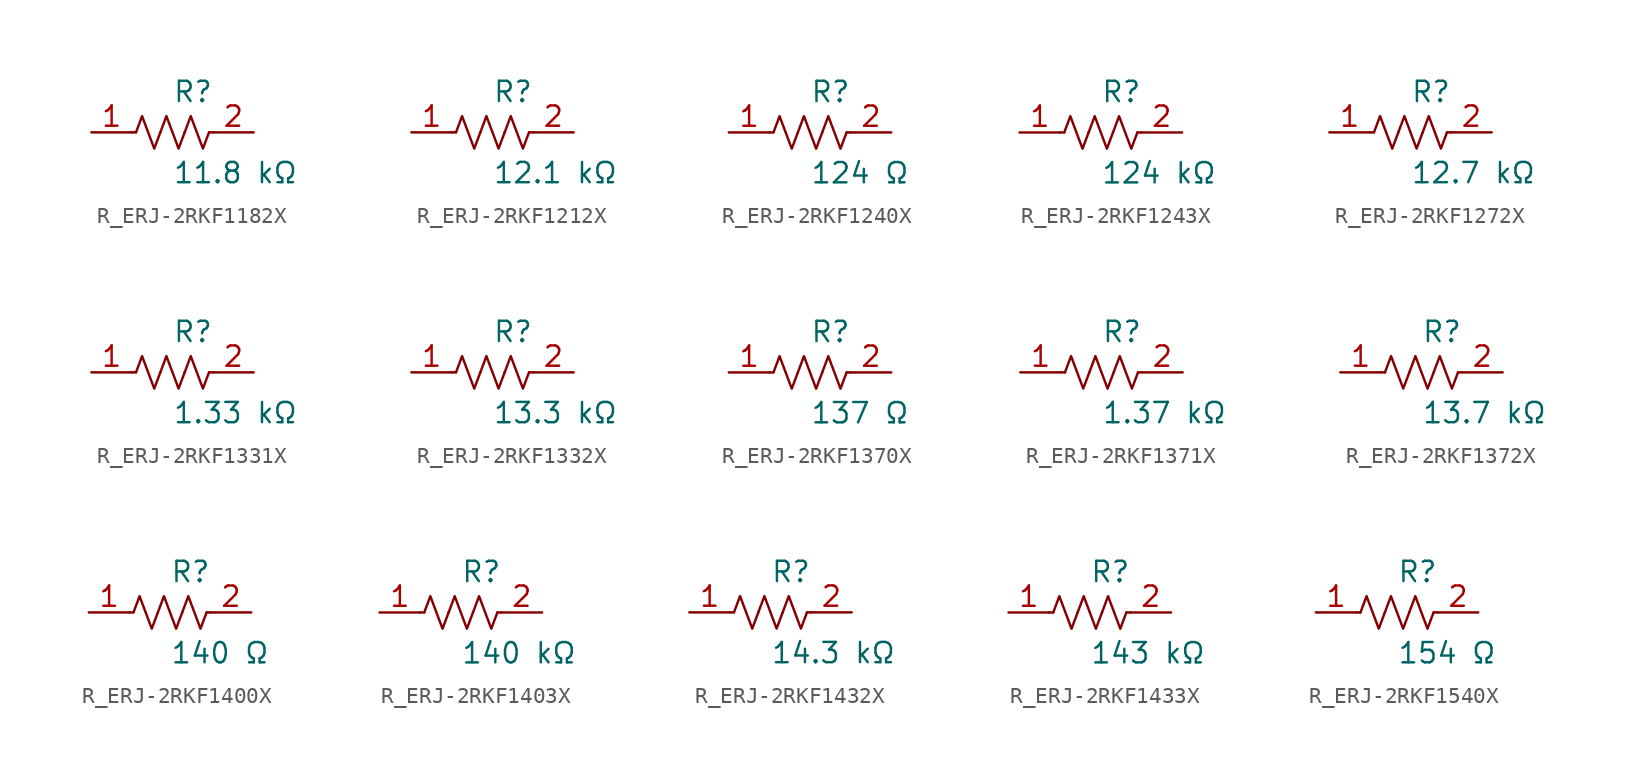
<source format=kicad_sym>
(kicad_symbol_lib
  (version 20231120)
  (generator kicad_symbol_editor)
  (generator_version 8.0)
  (symbol "R_ERJ-2RKF1182X"
    (pin_names
      (offset 0.254))
    (property "Reference" "R"
      (at 0.0 2.54 0)
      (effects (font (size 1.27 1.27)) (justify left)))
    (property "Value" "11.8 kΩ"
      (at 0.0 -2.54 0)
      (effects (font (size 1.27 1.27)) (justify left)))
    (symbol "R_ERJ-2RKF1182X_0_1"
      (polyline (pts (xy 2.286 0) (xy 2.54 0)) (stroke (width 0) (type default)) (fill (type none)))
      (polyline (pts (xy -2.286 0) (xy -2.54 0)) (stroke (width 0) (type default)) (fill (type none)))
      (polyline (pts (xy 0.762 0) (xy 1.143 1.016) (xy 1.524 0) (xy 1.905 -1.016) (xy 2.286 0)) (stroke (width 0) (type default)) (fill (type none)))
      (polyline (pts (xy -0.762 0) (xy -0.381 1.016) (xy 0 0) (xy 0.381 -1.016) (xy 0.762 0)) (stroke (width 0) (type default)) (fill (type none)))
      (polyline (pts (xy -2.286 0) (xy -1.905 1.016) (xy -1.524 0) (xy -1.143 -1.016) (xy -0.762 0)) (stroke (width 0) (type default)) (fill (type none))))
    (pin unspecified line
      (at -5.08 0 0)
      (length 2.54)
      (name "" (effects (font (size 1.27 1.27))))
      (number "1" (effects (font (size 1.27 1.27)))))
    (pin unspecified line
      (at 5.08 0 180)
      (length 2.54)
      (name "" (effects (font (size 1.27 1.27))))
      (number "2" (effects (font (size 1.27 1.27))))))
  (symbol "R_ERJ-2RKF1212X"
    (pin_names
      (offset 0.254))
    (property "Reference" "R"
      (at 0.0 2.54 0)
      (effects (font (size 1.27 1.27)) (justify left)))
    (property "Value" "12.1 kΩ"
      (at 0.0 -2.54 0)
      (effects (font (size 1.27 1.27)) (justify left)))
    (symbol "R_ERJ-2RKF1212X_0_1"
      (polyline (pts (xy 2.286 0) (xy 2.54 0)) (stroke (width 0) (type default)) (fill (type none)))
      (polyline (pts (xy -2.286 0) (xy -2.54 0)) (stroke (width 0) (type default)) (fill (type none)))
      (polyline (pts (xy 0.762 0) (xy 1.143 1.016) (xy 1.524 0) (xy 1.905 -1.016) (xy 2.286 0)) (stroke (width 0) (type default)) (fill (type none)))
      (polyline (pts (xy -0.762 0) (xy -0.381 1.016) (xy 0 0) (xy 0.381 -1.016) (xy 0.762 0)) (stroke (width 0) (type default)) (fill (type none)))
      (polyline (pts (xy -2.286 0) (xy -1.905 1.016) (xy -1.524 0) (xy -1.143 -1.016) (xy -0.762 0)) (stroke (width 0) (type default)) (fill (type none))))
    (pin unspecified line
      (at -5.08 0 0)
      (length 2.54)
      (name "" (effects (font (size 1.27 1.27))))
      (number "1" (effects (font (size 1.27 1.27)))))
    (pin unspecified line
      (at 5.08 0 180)
      (length 2.54)
      (name "" (effects (font (size 1.27 1.27))))
      (number "2" (effects (font (size 1.27 1.27))))))
  (symbol "R_ERJ-2RKF1240X"
    (pin_names
      (offset 0.254))
    (property "Reference" "R"
      (at 0.0 2.54 0)
      (effects (font (size 1.27 1.27)) (justify left)))
    (property "Value" "124 Ω"
      (at 0.0 -2.54 0)
      (effects (font (size 1.27 1.27)) (justify left)))
    (symbol "R_ERJ-2RKF1240X_0_1"
      (polyline (pts (xy 2.286 0) (xy 2.54 0)) (stroke (width 0) (type default)) (fill (type none)))
      (polyline (pts (xy -2.286 0) (xy -2.54 0)) (stroke (width 0) (type default)) (fill (type none)))
      (polyline (pts (xy 0.762 0) (xy 1.143 1.016) (xy 1.524 0) (xy 1.905 -1.016) (xy 2.286 0)) (stroke (width 0) (type default)) (fill (type none)))
      (polyline (pts (xy -0.762 0) (xy -0.381 1.016) (xy 0 0) (xy 0.381 -1.016) (xy 0.762 0)) (stroke (width 0) (type default)) (fill (type none)))
      (polyline (pts (xy -2.286 0) (xy -1.905 1.016) (xy -1.524 0) (xy -1.143 -1.016) (xy -0.762 0)) (stroke (width 0) (type default)) (fill (type none))))
    (pin unspecified line
      (at -5.08 0 0)
      (length 2.54)
      (name "" (effects (font (size 1.27 1.27))))
      (number "1" (effects (font (size 1.27 1.27)))))
    (pin unspecified line
      (at 5.08 0 180)
      (length 2.54)
      (name "" (effects (font (size 1.27 1.27))))
      (number "2" (effects (font (size 1.27 1.27))))))
  (symbol "R_ERJ-2RKF1243X"
    (pin_names
      (offset 0.254))
    (property "Reference" "R"
      (at 0.0 2.54 0)
      (effects (font (size 1.27 1.27)) (justify left)))
    (property "Value" "124 kΩ"
      (at 0.0 -2.54 0)
      (effects (font (size 1.27 1.27)) (justify left)))
    (symbol "R_ERJ-2RKF1243X_0_1"
      (polyline (pts (xy 2.286 0) (xy 2.54 0)) (stroke (width 0) (type default)) (fill (type none)))
      (polyline (pts (xy -2.286 0) (xy -2.54 0)) (stroke (width 0) (type default)) (fill (type none)))
      (polyline (pts (xy 0.762 0) (xy 1.143 1.016) (xy 1.524 0) (xy 1.905 -1.016) (xy 2.286 0)) (stroke (width 0) (type default)) (fill (type none)))
      (polyline (pts (xy -0.762 0) (xy -0.381 1.016) (xy 0 0) (xy 0.381 -1.016) (xy 0.762 0)) (stroke (width 0) (type default)) (fill (type none)))
      (polyline (pts (xy -2.286 0) (xy -1.905 1.016) (xy -1.524 0) (xy -1.143 -1.016) (xy -0.762 0)) (stroke (width 0) (type default)) (fill (type none))))
    (pin unspecified line
      (at -5.08 0 0)
      (length 2.54)
      (name "" (effects (font (size 1.27 1.27))))
      (number "1" (effects (font (size 1.27 1.27)))))
    (pin unspecified line
      (at 5.08 0 180)
      (length 2.54)
      (name "" (effects (font (size 1.27 1.27))))
      (number "2" (effects (font (size 1.27 1.27))))))
  (symbol "R_ERJ-2RKF1272X"
    (pin_names
      (offset 0.254))
    (property "Reference" "R"
      (at 0.0 2.54 0)
      (effects (font (size 1.27 1.27)) (justify left)))
    (property "Value" "12.7 kΩ"
      (at 0.0 -2.54 0)
      (effects (font (size 1.27 1.27)) (justify left)))
    (symbol "R_ERJ-2RKF1272X_0_1"
      (polyline (pts (xy 2.286 0) (xy 2.54 0)) (stroke (width 0) (type default)) (fill (type none)))
      (polyline (pts (xy -2.286 0) (xy -2.54 0)) (stroke (width 0) (type default)) (fill (type none)))
      (polyline (pts (xy 0.762 0) (xy 1.143 1.016) (xy 1.524 0) (xy 1.905 -1.016) (xy 2.286 0)) (stroke (width 0) (type default)) (fill (type none)))
      (polyline (pts (xy -0.762 0) (xy -0.381 1.016) (xy 0 0) (xy 0.381 -1.016) (xy 0.762 0)) (stroke (width 0) (type default)) (fill (type none)))
      (polyline (pts (xy -2.286 0) (xy -1.905 1.016) (xy -1.524 0) (xy -1.143 -1.016) (xy -0.762 0)) (stroke (width 0) (type default)) (fill (type none))))
    (pin unspecified line
      (at -5.08 0 0)
      (length 2.54)
      (name "" (effects (font (size 1.27 1.27))))
      (number "1" (effects (font (size 1.27 1.27)))))
    (pin unspecified line
      (at 5.08 0 180)
      (length 2.54)
      (name "" (effects (font (size 1.27 1.27))))
      (number "2" (effects (font (size 1.27 1.27))))))
  (symbol "R_ERJ-2RKF1331X"
    (pin_names
      (offset 0.254))
    (property "Reference" "R"
      (at 0.0 2.54 0)
      (effects (font (size 1.27 1.27)) (justify left)))
    (property "Value" "1.33 kΩ"
      (at 0.0 -2.54 0)
      (effects (font (size 1.27 1.27)) (justify left)))
    (symbol "R_ERJ-2RKF1331X_0_1"
      (polyline (pts (xy 2.286 0) (xy 2.54 0)) (stroke (width 0) (type default)) (fill (type none)))
      (polyline (pts (xy -2.286 0) (xy -2.54 0)) (stroke (width 0) (type default)) (fill (type none)))
      (polyline (pts (xy 0.762 0) (xy 1.143 1.016) (xy 1.524 0) (xy 1.905 -1.016) (xy 2.286 0)) (stroke (width 0) (type default)) (fill (type none)))
      (polyline (pts (xy -0.762 0) (xy -0.381 1.016) (xy 0 0) (xy 0.381 -1.016) (xy 0.762 0)) (stroke (width 0) (type default)) (fill (type none)))
      (polyline (pts (xy -2.286 0) (xy -1.905 1.016) (xy -1.524 0) (xy -1.143 -1.016) (xy -0.762 0)) (stroke (width 0) (type default)) (fill (type none))))
    (pin unspecified line
      (at -5.08 0 0)
      (length 2.54)
      (name "" (effects (font (size 1.27 1.27))))
      (number "1" (effects (font (size 1.27 1.27)))))
    (pin unspecified line
      (at 5.08 0 180)
      (length 2.54)
      (name "" (effects (font (size 1.27 1.27))))
      (number "2" (effects (font (size 1.27 1.27))))))
  (symbol "R_ERJ-2RKF1332X"
    (pin_names
      (offset 0.254))
    (property "Reference" "R"
      (at 0.0 2.54 0)
      (effects (font (size 1.27 1.27)) (justify left)))
    (property "Value" "13.3 kΩ"
      (at 0.0 -2.54 0)
      (effects (font (size 1.27 1.27)) (justify left)))
    (symbol "R_ERJ-2RKF1332X_0_1"
      (polyline (pts (xy 2.286 0) (xy 2.54 0)) (stroke (width 0) (type default)) (fill (type none)))
      (polyline (pts (xy -2.286 0) (xy -2.54 0)) (stroke (width 0) (type default)) (fill (type none)))
      (polyline (pts (xy 0.762 0) (xy 1.143 1.016) (xy 1.524 0) (xy 1.905 -1.016) (xy 2.286 0)) (stroke (width 0) (type default)) (fill (type none)))
      (polyline (pts (xy -0.762 0) (xy -0.381 1.016) (xy 0 0) (xy 0.381 -1.016) (xy 0.762 0)) (stroke (width 0) (type default)) (fill (type none)))
      (polyline (pts (xy -2.286 0) (xy -1.905 1.016) (xy -1.524 0) (xy -1.143 -1.016) (xy -0.762 0)) (stroke (width 0) (type default)) (fill (type none))))
    (pin unspecified line
      (at -5.08 0 0)
      (length 2.54)
      (name "" (effects (font (size 1.27 1.27))))
      (number "1" (effects (font (size 1.27 1.27)))))
    (pin unspecified line
      (at 5.08 0 180)
      (length 2.54)
      (name "" (effects (font (size 1.27 1.27))))
      (number "2" (effects (font (size 1.27 1.27))))))
  (symbol "R_ERJ-2RKF1370X"
    (pin_names
      (offset 0.254))
    (property "Reference" "R"
      (at 0.0 2.54 0)
      (effects (font (size 1.27 1.27)) (justify left)))
    (property "Value" "137 Ω"
      (at 0.0 -2.54 0)
      (effects (font (size 1.27 1.27)) (justify left)))
    (symbol "R_ERJ-2RKF1370X_0_1"
      (polyline (pts (xy 2.286 0) (xy 2.54 0)) (stroke (width 0) (type default)) (fill (type none)))
      (polyline (pts (xy -2.286 0) (xy -2.54 0)) (stroke (width 0) (type default)) (fill (type none)))
      (polyline (pts (xy 0.762 0) (xy 1.143 1.016) (xy 1.524 0) (xy 1.905 -1.016) (xy 2.286 0)) (stroke (width 0) (type default)) (fill (type none)))
      (polyline (pts (xy -0.762 0) (xy -0.381 1.016) (xy 0 0) (xy 0.381 -1.016) (xy 0.762 0)) (stroke (width 0) (type default)) (fill (type none)))
      (polyline (pts (xy -2.286 0) (xy -1.905 1.016) (xy -1.524 0) (xy -1.143 -1.016) (xy -0.762 0)) (stroke (width 0) (type default)) (fill (type none))))
    (pin unspecified line
      (at -5.08 0 0)
      (length 2.54)
      (name "" (effects (font (size 1.27 1.27))))
      (number "1" (effects (font (size 1.27 1.27)))))
    (pin unspecified line
      (at 5.08 0 180)
      (length 2.54)
      (name "" (effects (font (size 1.27 1.27))))
      (number "2" (effects (font (size 1.27 1.27))))))
  (symbol "R_ERJ-2RKF1371X"
    (pin_names
      (offset 0.254))
    (property "Reference" "R"
      (at 0.0 2.54 0)
      (effects (font (size 1.27 1.27)) (justify left)))
    (property "Value" "1.37 kΩ"
      (at 0.0 -2.54 0)
      (effects (font (size 1.27 1.27)) (justify left)))
    (symbol "R_ERJ-2RKF1371X_0_1"
      (polyline (pts (xy 2.286 0) (xy 2.54 0)) (stroke (width 0) (type default)) (fill (type none)))
      (polyline (pts (xy -2.286 0) (xy -2.54 0)) (stroke (width 0) (type default)) (fill (type none)))
      (polyline (pts (xy 0.762 0) (xy 1.143 1.016) (xy 1.524 0) (xy 1.905 -1.016) (xy 2.286 0)) (stroke (width 0) (type default)) (fill (type none)))
      (polyline (pts (xy -0.762 0) (xy -0.381 1.016) (xy 0 0) (xy 0.381 -1.016) (xy 0.762 0)) (stroke (width 0) (type default)) (fill (type none)))
      (polyline (pts (xy -2.286 0) (xy -1.905 1.016) (xy -1.524 0) (xy -1.143 -1.016) (xy -0.762 0)) (stroke (width 0) (type default)) (fill (type none))))
    (pin unspecified line
      (at -5.08 0 0)
      (length 2.54)
      (name "" (effects (font (size 1.27 1.27))))
      (number "1" (effects (font (size 1.27 1.27)))))
    (pin unspecified line
      (at 5.08 0 180)
      (length 2.54)
      (name "" (effects (font (size 1.27 1.27))))
      (number "2" (effects (font (size 1.27 1.27))))))
  (symbol "R_ERJ-2RKF1372X"
    (pin_names
      (offset 0.254))
    (property "Reference" "R"
      (at 0.0 2.54 0)
      (effects (font (size 1.27 1.27)) (justify left)))
    (property "Value" "13.7 kΩ"
      (at 0.0 -2.54 0)
      (effects (font (size 1.27 1.27)) (justify left)))
    (symbol "R_ERJ-2RKF1372X_0_1"
      (polyline (pts (xy 2.286 0) (xy 2.54 0)) (stroke (width 0) (type default)) (fill (type none)))
      (polyline (pts (xy -2.286 0) (xy -2.54 0)) (stroke (width 0) (type default)) (fill (type none)))
      (polyline (pts (xy 0.762 0) (xy 1.143 1.016) (xy 1.524 0) (xy 1.905 -1.016) (xy 2.286 0)) (stroke (width 0) (type default)) (fill (type none)))
      (polyline (pts (xy -0.762 0) (xy -0.381 1.016) (xy 0 0) (xy 0.381 -1.016) (xy 0.762 0)) (stroke (width 0) (type default)) (fill (type none)))
      (polyline (pts (xy -2.286 0) (xy -1.905 1.016) (xy -1.524 0) (xy -1.143 -1.016) (xy -0.762 0)) (stroke (width 0) (type default)) (fill (type none))))
    (pin unspecified line
      (at -5.08 0 0)
      (length 2.54)
      (name "" (effects (font (size 1.27 1.27))))
      (number "1" (effects (font (size 1.27 1.27)))))
    (pin unspecified line
      (at 5.08 0 180)
      (length 2.54)
      (name "" (effects (font (size 1.27 1.27))))
      (number "2" (effects (font (size 1.27 1.27))))))
  (symbol "R_ERJ-2RKF1400X"
    (pin_names
      (offset 0.254))
    (property "Reference" "R"
      (at 0.0 2.54 0)
      (effects (font (size 1.27 1.27)) (justify left)))
    (property "Value" "140 Ω"
      (at 0.0 -2.54 0)
      (effects (font (size 1.27 1.27)) (justify left)))
    (symbol "R_ERJ-2RKF1400X_0_1"
      (polyline (pts (xy 2.286 0) (xy 2.54 0)) (stroke (width 0) (type default)) (fill (type none)))
      (polyline (pts (xy -2.286 0) (xy -2.54 0)) (stroke (width 0) (type default)) (fill (type none)))
      (polyline (pts (xy 0.762 0) (xy 1.143 1.016) (xy 1.524 0) (xy 1.905 -1.016) (xy 2.286 0)) (stroke (width 0) (type default)) (fill (type none)))
      (polyline (pts (xy -0.762 0) (xy -0.381 1.016) (xy 0 0) (xy 0.381 -1.016) (xy 0.762 0)) (stroke (width 0) (type default)) (fill (type none)))
      (polyline (pts (xy -2.286 0) (xy -1.905 1.016) (xy -1.524 0) (xy -1.143 -1.016) (xy -0.762 0)) (stroke (width 0) (type default)) (fill (type none))))
    (pin unspecified line
      (at -5.08 0 0)
      (length 2.54)
      (name "" (effects (font (size 1.27 1.27))))
      (number "1" (effects (font (size 1.27 1.27)))))
    (pin unspecified line
      (at 5.08 0 180)
      (length 2.54)
      (name "" (effects (font (size 1.27 1.27))))
      (number "2" (effects (font (size 1.27 1.27))))))
  (symbol "R_ERJ-2RKF1403X"
    (pin_names
      (offset 0.254))
    (property "Reference" "R"
      (at 0.0 2.54 0)
      (effects (font (size 1.27 1.27)) (justify left)))
    (property "Value" "140 kΩ"
      (at 0.0 -2.54 0)
      (effects (font (size 1.27 1.27)) (justify left)))
    (symbol "R_ERJ-2RKF1403X_0_1"
      (polyline (pts (xy 2.286 0) (xy 2.54 0)) (stroke (width 0) (type default)) (fill (type none)))
      (polyline (pts (xy -2.286 0) (xy -2.54 0)) (stroke (width 0) (type default)) (fill (type none)))
      (polyline (pts (xy 0.762 0) (xy 1.143 1.016) (xy 1.524 0) (xy 1.905 -1.016) (xy 2.286 0)) (stroke (width 0) (type default)) (fill (type none)))
      (polyline (pts (xy -0.762 0) (xy -0.381 1.016) (xy 0 0) (xy 0.381 -1.016) (xy 0.762 0)) (stroke (width 0) (type default)) (fill (type none)))
      (polyline (pts (xy -2.286 0) (xy -1.905 1.016) (xy -1.524 0) (xy -1.143 -1.016) (xy -0.762 0)) (stroke (width 0) (type default)) (fill (type none))))
    (pin unspecified line
      (at -5.08 0 0)
      (length 2.54)
      (name "" (effects (font (size 1.27 1.27))))
      (number "1" (effects (font (size 1.27 1.27)))))
    (pin unspecified line
      (at 5.08 0 180)
      (length 2.54)
      (name "" (effects (font (size 1.27 1.27))))
      (number "2" (effects (font (size 1.27 1.27))))))
  (symbol "R_ERJ-2RKF1432X"
    (pin_names
      (offset 0.254))
    (property "Reference" "R"
      (at 0.0 2.54 0)
      (effects (font (size 1.27 1.27)) (justify left)))
    (property "Value" "14.3 kΩ"
      (at 0.0 -2.54 0)
      (effects (font (size 1.27 1.27)) (justify left)))
    (symbol "R_ERJ-2RKF1432X_0_1"
      (polyline (pts (xy 2.286 0) (xy 2.54 0)) (stroke (width 0) (type default)) (fill (type none)))
      (polyline (pts (xy -2.286 0) (xy -2.54 0)) (stroke (width 0) (type default)) (fill (type none)))
      (polyline (pts (xy 0.762 0) (xy 1.143 1.016) (xy 1.524 0) (xy 1.905 -1.016) (xy 2.286 0)) (stroke (width 0) (type default)) (fill (type none)))
      (polyline (pts (xy -0.762 0) (xy -0.381 1.016) (xy 0 0) (xy 0.381 -1.016) (xy 0.762 0)) (stroke (width 0) (type default)) (fill (type none)))
      (polyline (pts (xy -2.286 0) (xy -1.905 1.016) (xy -1.524 0) (xy -1.143 -1.016) (xy -0.762 0)) (stroke (width 0) (type default)) (fill (type none))))
    (pin unspecified line
      (at -5.08 0 0)
      (length 2.54)
      (name "" (effects (font (size 1.27 1.27))))
      (number "1" (effects (font (size 1.27 1.27)))))
    (pin unspecified line
      (at 5.08 0 180)
      (length 2.54)
      (name "" (effects (font (size 1.27 1.27))))
      (number "2" (effects (font (size 1.27 1.27))))))
  (symbol "R_ERJ-2RKF1433X"
    (pin_names
      (offset 0.254))
    (property "Reference" "R"
      (at 0.0 2.54 0)
      (effects (font (size 1.27 1.27)) (justify left)))
    (property "Value" "143 kΩ"
      (at 0.0 -2.54 0)
      (effects (font (size 1.27 1.27)) (justify left)))
    (symbol "R_ERJ-2RKF1433X_0_1"
      (polyline (pts (xy 2.286 0) (xy 2.54 0)) (stroke (width 0) (type default)) (fill (type none)))
      (polyline (pts (xy -2.286 0) (xy -2.54 0)) (stroke (width 0) (type default)) (fill (type none)))
      (polyline (pts (xy 0.762 0) (xy 1.143 1.016) (xy 1.524 0) (xy 1.905 -1.016) (xy 2.286 0)) (stroke (width 0) (type default)) (fill (type none)))
      (polyline (pts (xy -0.762 0) (xy -0.381 1.016) (xy 0 0) (xy 0.381 -1.016) (xy 0.762 0)) (stroke (width 0) (type default)) (fill (type none)))
      (polyline (pts (xy -2.286 0) (xy -1.905 1.016) (xy -1.524 0) (xy -1.143 -1.016) (xy -0.762 0)) (stroke (width 0) (type default)) (fill (type none))))
    (pin unspecified line
      (at -5.08 0 0)
      (length 2.54)
      (name "" (effects (font (size 1.27 1.27))))
      (number "1" (effects (font (size 1.27 1.27)))))
    (pin unspecified line
      (at 5.08 0 180)
      (length 2.54)
      (name "" (effects (font (size 1.27 1.27))))
      (number "2" (effects (font (size 1.27 1.27))))))
  (symbol "R_ERJ-2RKF1540X"
    (pin_names
      (offset 0.254))
    (property "Reference" "R"
      (at 0.0 2.54 0)
      (effects (font (size 1.27 1.27)) (justify left)))
    (property "Value" "154 Ω"
      (at 0.0 -2.54 0)
      (effects (font (size 1.27 1.27)) (justify left)))
    (symbol "R_ERJ-2RKF1540X_0_1"
      (polyline (pts (xy 2.286 0) (xy 2.54 0)) (stroke (width 0) (type default)) (fill (type none)))
      (polyline (pts (xy -2.286 0) (xy -2.54 0)) (stroke (width 0) (type default)) (fill (type none)))
      (polyline (pts (xy 0.762 0) (xy 1.143 1.016) (xy 1.524 0) (xy 1.905 -1.016) (xy 2.286 0)) (stroke (width 0) (type default)) (fill (type none)))
      (polyline (pts (xy -0.762 0) (xy -0.381 1.016) (xy 0 0) (xy 0.381 -1.016) (xy 0.762 0)) (stroke (width 0) (type default)) (fill (type none)))
      (polyline (pts (xy -2.286 0) (xy -1.905 1.016) (xy -1.524 0) (xy -1.143 -1.016) (xy -0.762 0)) (stroke (width 0) (type default)) (fill (type none))))
    (pin unspecified line
      (at -5.08 0 0)
      (length 2.54)
      (name "" (effects (font (size 1.27 1.27))))
      (number "1" (effects (font (size 1.27 1.27)))))
    (pin unspecified line
      (at 5.08 0 180)
      (length 2.54)
      (name "" (effects (font (size 1.27 1.27))))
      (number "2" (effects (font (size 1.27 1.27)))))))
</source>
